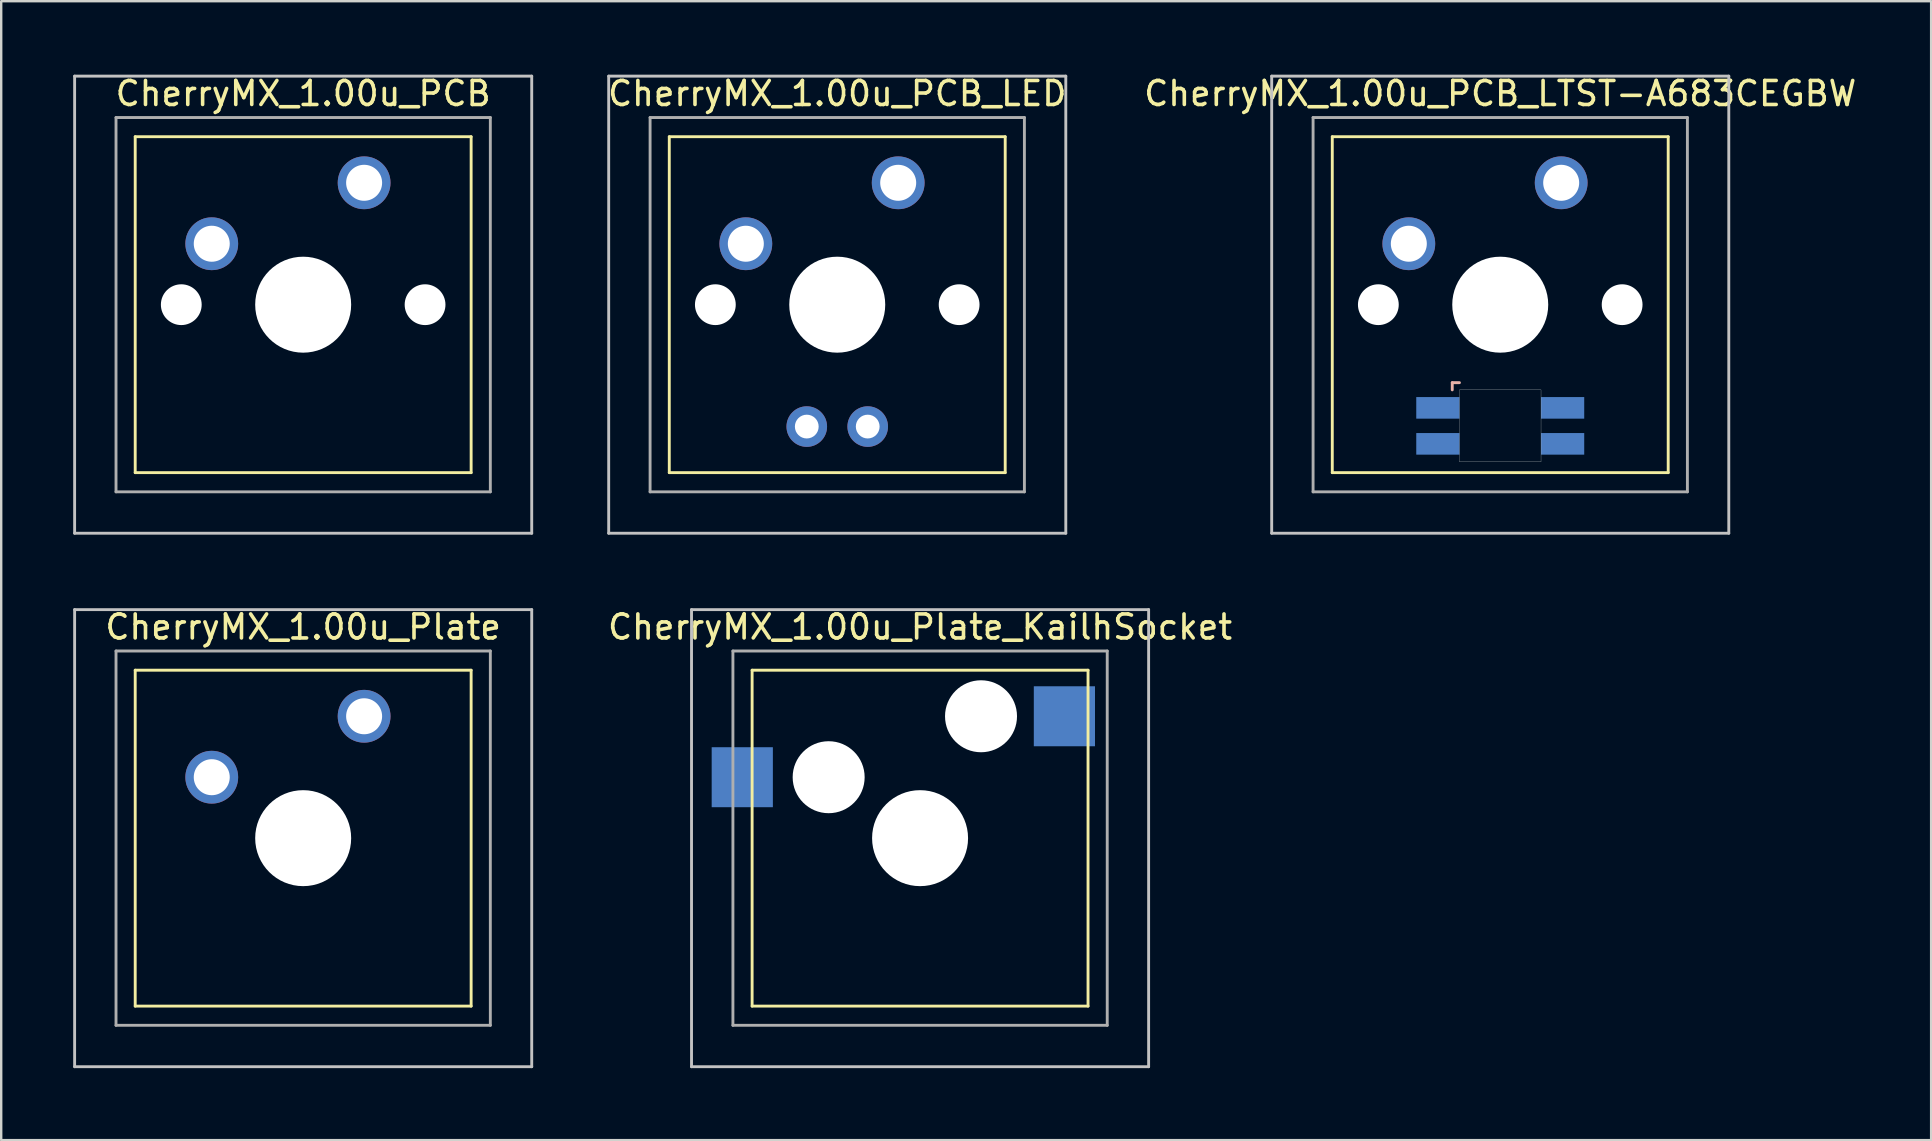
<source format=kicad_pcb>
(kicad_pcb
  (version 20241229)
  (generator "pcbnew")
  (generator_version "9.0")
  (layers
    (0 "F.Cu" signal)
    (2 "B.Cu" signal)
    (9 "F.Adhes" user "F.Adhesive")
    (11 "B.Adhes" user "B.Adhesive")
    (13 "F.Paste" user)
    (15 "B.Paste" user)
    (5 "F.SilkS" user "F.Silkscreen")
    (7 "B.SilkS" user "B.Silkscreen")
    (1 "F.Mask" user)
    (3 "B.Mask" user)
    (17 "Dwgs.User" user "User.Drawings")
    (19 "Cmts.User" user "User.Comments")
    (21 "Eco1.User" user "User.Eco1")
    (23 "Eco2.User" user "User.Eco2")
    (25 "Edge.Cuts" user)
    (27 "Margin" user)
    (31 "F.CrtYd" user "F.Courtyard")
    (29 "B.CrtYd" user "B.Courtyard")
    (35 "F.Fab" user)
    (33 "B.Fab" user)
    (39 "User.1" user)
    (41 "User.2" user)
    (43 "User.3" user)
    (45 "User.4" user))
  (footprint "CherryMX_1.00u_PCB_LTST-A683CEGBW"
    (layer "F.Cu")
    (at 59.474 9.648)
    (property "Reference" "CherryMX_1.00u_PCB_LTST-A683CEGBW" (at 0 -8.8 0) (layer "F.SilkS") (effects (font (size 1 1) (thickness 0.15))))
    (attr through_hole)
    (fp_line (start -7 -7) (end -7 7) (stroke (width 0.12) (type solid)) (layer "F.SilkS"))
    (fp_line (start -7 -7) (end 7 -7) (stroke (width 0.12) (type solid)) (layer "F.SilkS"))
    (fp_line (start 7 -7) (end 7 7) (stroke (width 0.12) (type solid)) (layer "F.SilkS"))
    (fp_line (start 7 7) (end -7 7) (stroke (width 0.12) (type solid)) (layer "F.SilkS"))
    (fp_line (start -2 3.25) (end -2 3.55) (stroke (width 0.12) (type solid)) (layer "B.SilkS"))
    (fp_line (start -1.7 3.25) (end -2 3.25) (stroke (width 0.12) (type solid)) (layer "B.SilkS"))
    (fp_line (start -9.525 -9.525) (end 9.525 -9.525) (stroke (width 0.12) (type solid)) (layer "Dwgs.User"))
    (fp_line (start -9.525 9.525) (end -9.525 -9.525) (stroke (width 0.12) (type solid)) (layer "Dwgs.User"))
    (fp_line (start 9.525 -9.525) (end 9.525 9.525) (stroke (width 0.12) (type solid)) (layer "Dwgs.User"))
    (fp_line (start 9.525 9.525) (end -9.525 9.525) (stroke (width 0.12) (type solid)) (layer "Dwgs.User"))
    (fp_poly (pts (xy 1.7 6.55) (xy -1.7 6.55) (xy -1.7 3.55) (xy 1.7 3.55)) (stroke (width 0.01) (type solid)) (fill no) (layer "Edge.Cuts"))
    (fp_line (start -7.8 -7.8) (end -7.8 7.8) (stroke (width 0.12) (type solid)) (layer "F.Fab"))
    (fp_line (start -7.8 -7.8) (end 7.8 -7.8) (stroke (width 0.12) (type solid)) (layer "F.Fab"))
    (fp_line (start -7.8 7.8) (end 7.8 7.8) (stroke (width 0.12) (type solid)) (layer "F.Fab"))
    (fp_line (start 7.8 -7.8) (end 7.8 7.8) (stroke (width 0.12) (type solid)) (layer "F.Fab"))
    (pad "" np_thru_hole circle (at -5.08 0) (size 1.7 1.7) (drill 1.7) (layers "*.Cu" "*.Mask"))
    (pad "" np_thru_hole circle (at 0 0) (size 4 4) (drill 4) (layers "*.Cu" "*.Mask"))
    (pad "" np_thru_hole circle (at 5.08 0) (size 1.7 1.7) (drill 1.7) (layers "*.Cu" "*.Mask"))
    (pad "1" thru_hole circle (at -3.81 -2.54) (size 2.2 2.2) (drill 1.5) (layers "*.Cu" "*.Mask"))
    (pad "2" thru_hole circle (at 2.54 -5.08) (size 2.2 2.2) (drill 1.5) (layers "*.Cu" "*.Mask"))
    (pad "3" smd rect (at -2.6 4.3) (size 1.8 0.9) (layers "B.Cu" "B.Mask" "B.Paste"))
    (pad "4" smd rect (at -2.6 5.8) (size 1.8 0.9) (layers "B.Cu" "B.Mask" "B.Paste"))
    (pad "5" smd rect (at 2.6 4.3) (size 1.8 0.9) (layers "B.Cu" "B.Mask" "B.Paste"))
    (pad "6" smd rect (at 2.6 5.8) (size 1.8 0.9) (layers "B.Cu" "B.Mask" "B.Paste")))
  (footprint "CherryMX_1.00u_Plate"
    (layer "F.Cu")
    (at 9.585 31.881)
    (property "Reference" "CherryMX_1.00u_Plate" (at 0 -8.8 0) (layer "F.SilkS") (effects (font (size 1 1) (thickness 0.15))))
    (attr through_hole)
    (fp_line (start -7 -7) (end -7 7) (stroke (width 0.12) (type solid)) (layer "F.SilkS"))
    (fp_line (start -7 -7) (end 7 -7) (stroke (width 0.12) (type solid)) (layer "F.SilkS"))
    (fp_line (start 7 -7) (end 7 7) (stroke (width 0.12) (type solid)) (layer "F.SilkS"))
    (fp_line (start 7 7) (end -7 7) (stroke (width 0.12) (type solid)) (layer "F.SilkS"))
    (fp_line (start -9.525 -9.525) (end 9.525 -9.525) (stroke (width 0.12) (type solid)) (layer "Dwgs.User"))
    (fp_line (start -9.525 9.525) (end -9.525 -9.525) (stroke (width 0.12) (type solid)) (layer "Dwgs.User"))
    (fp_line (start 9.525 -9.525) (end 9.525 9.525) (stroke (width 0.12) (type solid)) (layer "Dwgs.User"))
    (fp_line (start 9.525 9.525) (end -9.525 9.525) (stroke (width 0.12) (type solid)) (layer "Dwgs.User"))
    (fp_line (start -7.8 -7.8) (end -7.8 7.8) (stroke (width 0.12) (type solid)) (layer "F.Fab"))
    (fp_line (start -7.8 -7.8) (end 7.8 -7.8) (stroke (width 0.12) (type solid)) (layer "F.Fab"))
    (fp_line (start -7.8 7.8) (end 7.8 7.8) (stroke (width 0.12) (type solid)) (layer "F.Fab"))
    (fp_line (start 7.8 -7.8) (end 7.8 7.8) (stroke (width 0.12) (type solid)) (layer "F.Fab"))
    (pad "" np_thru_hole circle (at 0 0) (size 4 4) (drill 4) (layers "*.Cu" "*.Mask"))
    (pad "1" thru_hole circle (at -3.81 -2.54) (size 2.2 2.2) (drill 1.5) (layers "*.Cu" "*.Mask"))
    (pad "2" thru_hole circle (at 2.54 -5.08) (size 2.2 2.2) (drill 1.5) (layers "*.Cu" "*.Mask")))
  (footprint "CherryMX_1.00u_Plate_KailhSocket"
    (layer "F.Cu")
    (at 35.295 31.881)
    (property "Reference" "CherryMX_1.00u_Plate_KailhSocket" (at 0 -8.8 0) (layer "F.SilkS") (effects (font (size 1 1) (thickness 0.15))))
    (attr through_hole)
    (fp_line (start -7 -7) (end -7 7) (stroke (width 0.12) (type solid)) (layer "F.SilkS"))
    (fp_line (start -7 -7) (end 7 -7) (stroke (width 0.12) (type solid)) (layer "F.SilkS"))
    (fp_line (start 7 -7) (end 7 7) (stroke (width 0.12) (type solid)) (layer "F.SilkS"))
    (fp_line (start 7 7) (end -7 7) (stroke (width 0.12) (type solid)) (layer "F.SilkS"))
    (fp_line (start -9.525 -9.525) (end 9.525 -9.525) (stroke (width 0.12) (type solid)) (layer "Dwgs.User"))
    (fp_line (start -9.525 9.525) (end -9.525 -9.525) (stroke (width 0.12) (type solid)) (layer "Dwgs.User"))
    (fp_line (start 9.525 -9.525) (end 9.525 9.525) (stroke (width 0.12) (type solid)) (layer "Dwgs.User"))
    (fp_line (start 9.525 9.525) (end -9.525 9.525) (stroke (width 0.12) (type solid)) (layer "Dwgs.User"))
    (fp_line (start -7.8 -7.8) (end -7.8 7.8) (stroke (width 0.12) (type solid)) (layer "F.Fab"))
    (fp_line (start -7.8 -7.8) (end 7.8 -7.8) (stroke (width 0.12) (type solid)) (layer "F.Fab"))
    (fp_line (start -7.8 7.8) (end 7.8 7.8) (stroke (width 0.12) (type solid)) (layer "F.Fab"))
    (fp_line (start 7.8 -7.8) (end 7.8 7.8) (stroke (width 0.12) (type solid)) (layer "F.Fab"))
    (pad "" np_thru_hole circle (at -3.81 -2.54) (size 3 3) (drill 3) (layers "*.Cu" "*.Mask"))
    (pad "" np_thru_hole circle (at 0 0) (size 4 4) (drill 4) (layers "*.Cu" "*.Mask"))
    (pad "" np_thru_hole circle (at 2.54 -5.08) (size 3 3) (drill 3) (layers "*.Cu" "*.Mask"))
    (pad "1" smd rect (at -7.41 -2.54) (size 2.55 2.5) (layers "B.Cu" "B.Mask" "B.Paste"))
    (pad "2" smd rect (at 6.015 -5.08) (size 2.55 2.5) (layers "B.Cu" "B.Mask" "B.Paste")))
  (footprint "CherryMX_1.00u_PCB"
    (layer "F.Cu")
    (at 9.585 9.648)
    (property "Reference" "CherryMX_1.00u_PCB" (at 0 -8.8 0) (layer "F.SilkS") (effects (font (size 1 1) (thickness 0.15))))
    (attr through_hole)
    (fp_line (start -7 -7) (end -7 7) (stroke (width 0.12) (type solid)) (layer "F.SilkS"))
    (fp_line (start -7 -7) (end 7 -7) (stroke (width 0.12) (type solid)) (layer "F.SilkS"))
    (fp_line (start 7 -7) (end 7 7) (stroke (width 0.12) (type solid)) (layer "F.SilkS"))
    (fp_line (start 7 7) (end -7 7) (stroke (width 0.12) (type solid)) (layer "F.SilkS"))
    (fp_line (start -9.525 -9.525) (end 9.525 -9.525) (stroke (width 0.12) (type solid)) (layer "Dwgs.User"))
    (fp_line (start -9.525 9.525) (end -9.525 -9.525) (stroke (width 0.12) (type solid)) (layer "Dwgs.User"))
    (fp_line (start 9.525 -9.525) (end 9.525 9.525) (stroke (width 0.12) (type solid)) (layer "Dwgs.User"))
    (fp_line (start 9.525 9.525) (end -9.525 9.525) (stroke (width 0.12) (type solid)) (layer "Dwgs.User"))
    (fp_line (start -7.8 -7.8) (end -7.8 7.8) (stroke (width 0.12) (type solid)) (layer "F.Fab"))
    (fp_line (start -7.8 -7.8) (end 7.8 -7.8) (stroke (width 0.12) (type solid)) (layer "F.Fab"))
    (fp_line (start -7.8 7.8) (end 7.8 7.8) (stroke (width 0.12) (type solid)) (layer "F.Fab"))
    (fp_line (start 7.8 -7.8) (end 7.8 7.8) (stroke (width 0.12) (type solid)) (layer "F.Fab"))
    (pad "" np_thru_hole circle (at -5.08 0) (size 1.7 1.7) (drill 1.7) (layers "*.Cu" "*.Mask"))
    (pad "" np_thru_hole circle (at 0 0) (size 4 4) (drill 4) (layers "*.Cu" "*.Mask"))
    (pad "" np_thru_hole circle (at 5.08 0) (size 1.7 1.7) (drill 1.7) (layers "*.Cu" "*.Mask"))
    (pad "1" thru_hole circle (at -3.81 -2.54) (size 2.2 2.2) (drill 1.5) (layers "*.Cu" "*.Mask"))
    (pad "2" thru_hole circle (at 2.54 -5.08) (size 2.2 2.2) (drill 1.5) (layers "*.Cu" "*.Mask")))
  (footprint "CherryMX_1.00u_PCB_LED"
    (layer "F.Cu")
    (at 31.843 9.648)
    (property "Reference" "CherryMX_1.00u_PCB_LED" (at 0 -8.8 0) (layer "F.SilkS") (effects (font (size 1 1) (thickness 0.15))))
    (attr through_hole)
    (fp_line (start -7 -7) (end -7 7) (stroke (width 0.12) (type solid)) (layer "F.SilkS"))
    (fp_line (start -7 -7) (end 7 -7) (stroke (width 0.12) (type solid)) (layer "F.SilkS"))
    (fp_line (start 7 -7) (end 7 7) (stroke (width 0.12) (type solid)) (layer "F.SilkS"))
    (fp_line (start 7 7) (end -7 7) (stroke (width 0.12) (type solid)) (layer "F.SilkS"))
    (fp_line (start -9.525 -9.525) (end 9.525 -9.525) (stroke (width 0.12) (type solid)) (layer "Dwgs.User"))
    (fp_line (start -9.525 9.525) (end -9.525 -9.525) (stroke (width 0.12) (type solid)) (layer "Dwgs.User"))
    (fp_line (start 9.525 -9.525) (end 9.525 9.525) (stroke (width 0.12) (type solid)) (layer "Dwgs.User"))
    (fp_line (start 9.525 9.525) (end -9.525 9.525) (stroke (width 0.12) (type solid)) (layer "Dwgs.User"))
    (fp_line (start -7.8 -7.8) (end -7.8 7.8) (stroke (width 0.12) (type solid)) (layer "F.Fab"))
    (fp_line (start -7.8 -7.8) (end 7.8 -7.8) (stroke (width 0.12) (type solid)) (layer "F.Fab"))
    (fp_line (start -7.8 7.8) (end 7.8 7.8) (stroke (width 0.12) (type solid)) (layer "F.Fab"))
    (fp_line (start 7.8 -7.8) (end 7.8 7.8) (stroke (width 0.12) (type solid)) (layer "F.Fab"))
    (pad "" np_thru_hole circle (at -5.08 0) (size 1.7 1.7) (drill 1.7) (layers "*.Cu" "*.Mask"))
    (pad "" np_thru_hole circle (at 0 0) (size 4 4) (drill 4) (layers "*.Cu" "*.Mask"))
    (pad "" np_thru_hole circle (at 5.08 0) (size 1.7 1.7) (drill 1.7) (layers "*.Cu" "*.Mask"))
    (pad "1" thru_hole circle (at -3.81 -2.54) (size 2.2 2.2) (drill 1.5) (layers "*.Cu" "*.Mask"))
    (pad "2" thru_hole circle (at 2.54 -5.08) (size 2.2 2.2) (drill 1.5) (layers "*.Cu" "*.Mask"))
    (pad "3" thru_hole circle (at -1.27 5.08) (size 1.691 1.691) (drill 0.991) (layers "*.Cu" "*.Mask"))
    (pad "4" thru_hole circle (at 1.27 5.08) (size 1.691 1.691) (drill 0.991) (layers "*.Cu" "*.Mask")))
  (gr_rect
    (start -3 -3)
    (end 77.432 44.467)
    (stroke (width 0.1) (type default))
    (fill no)
    (layer "Edge.Cuts")))
</source>
